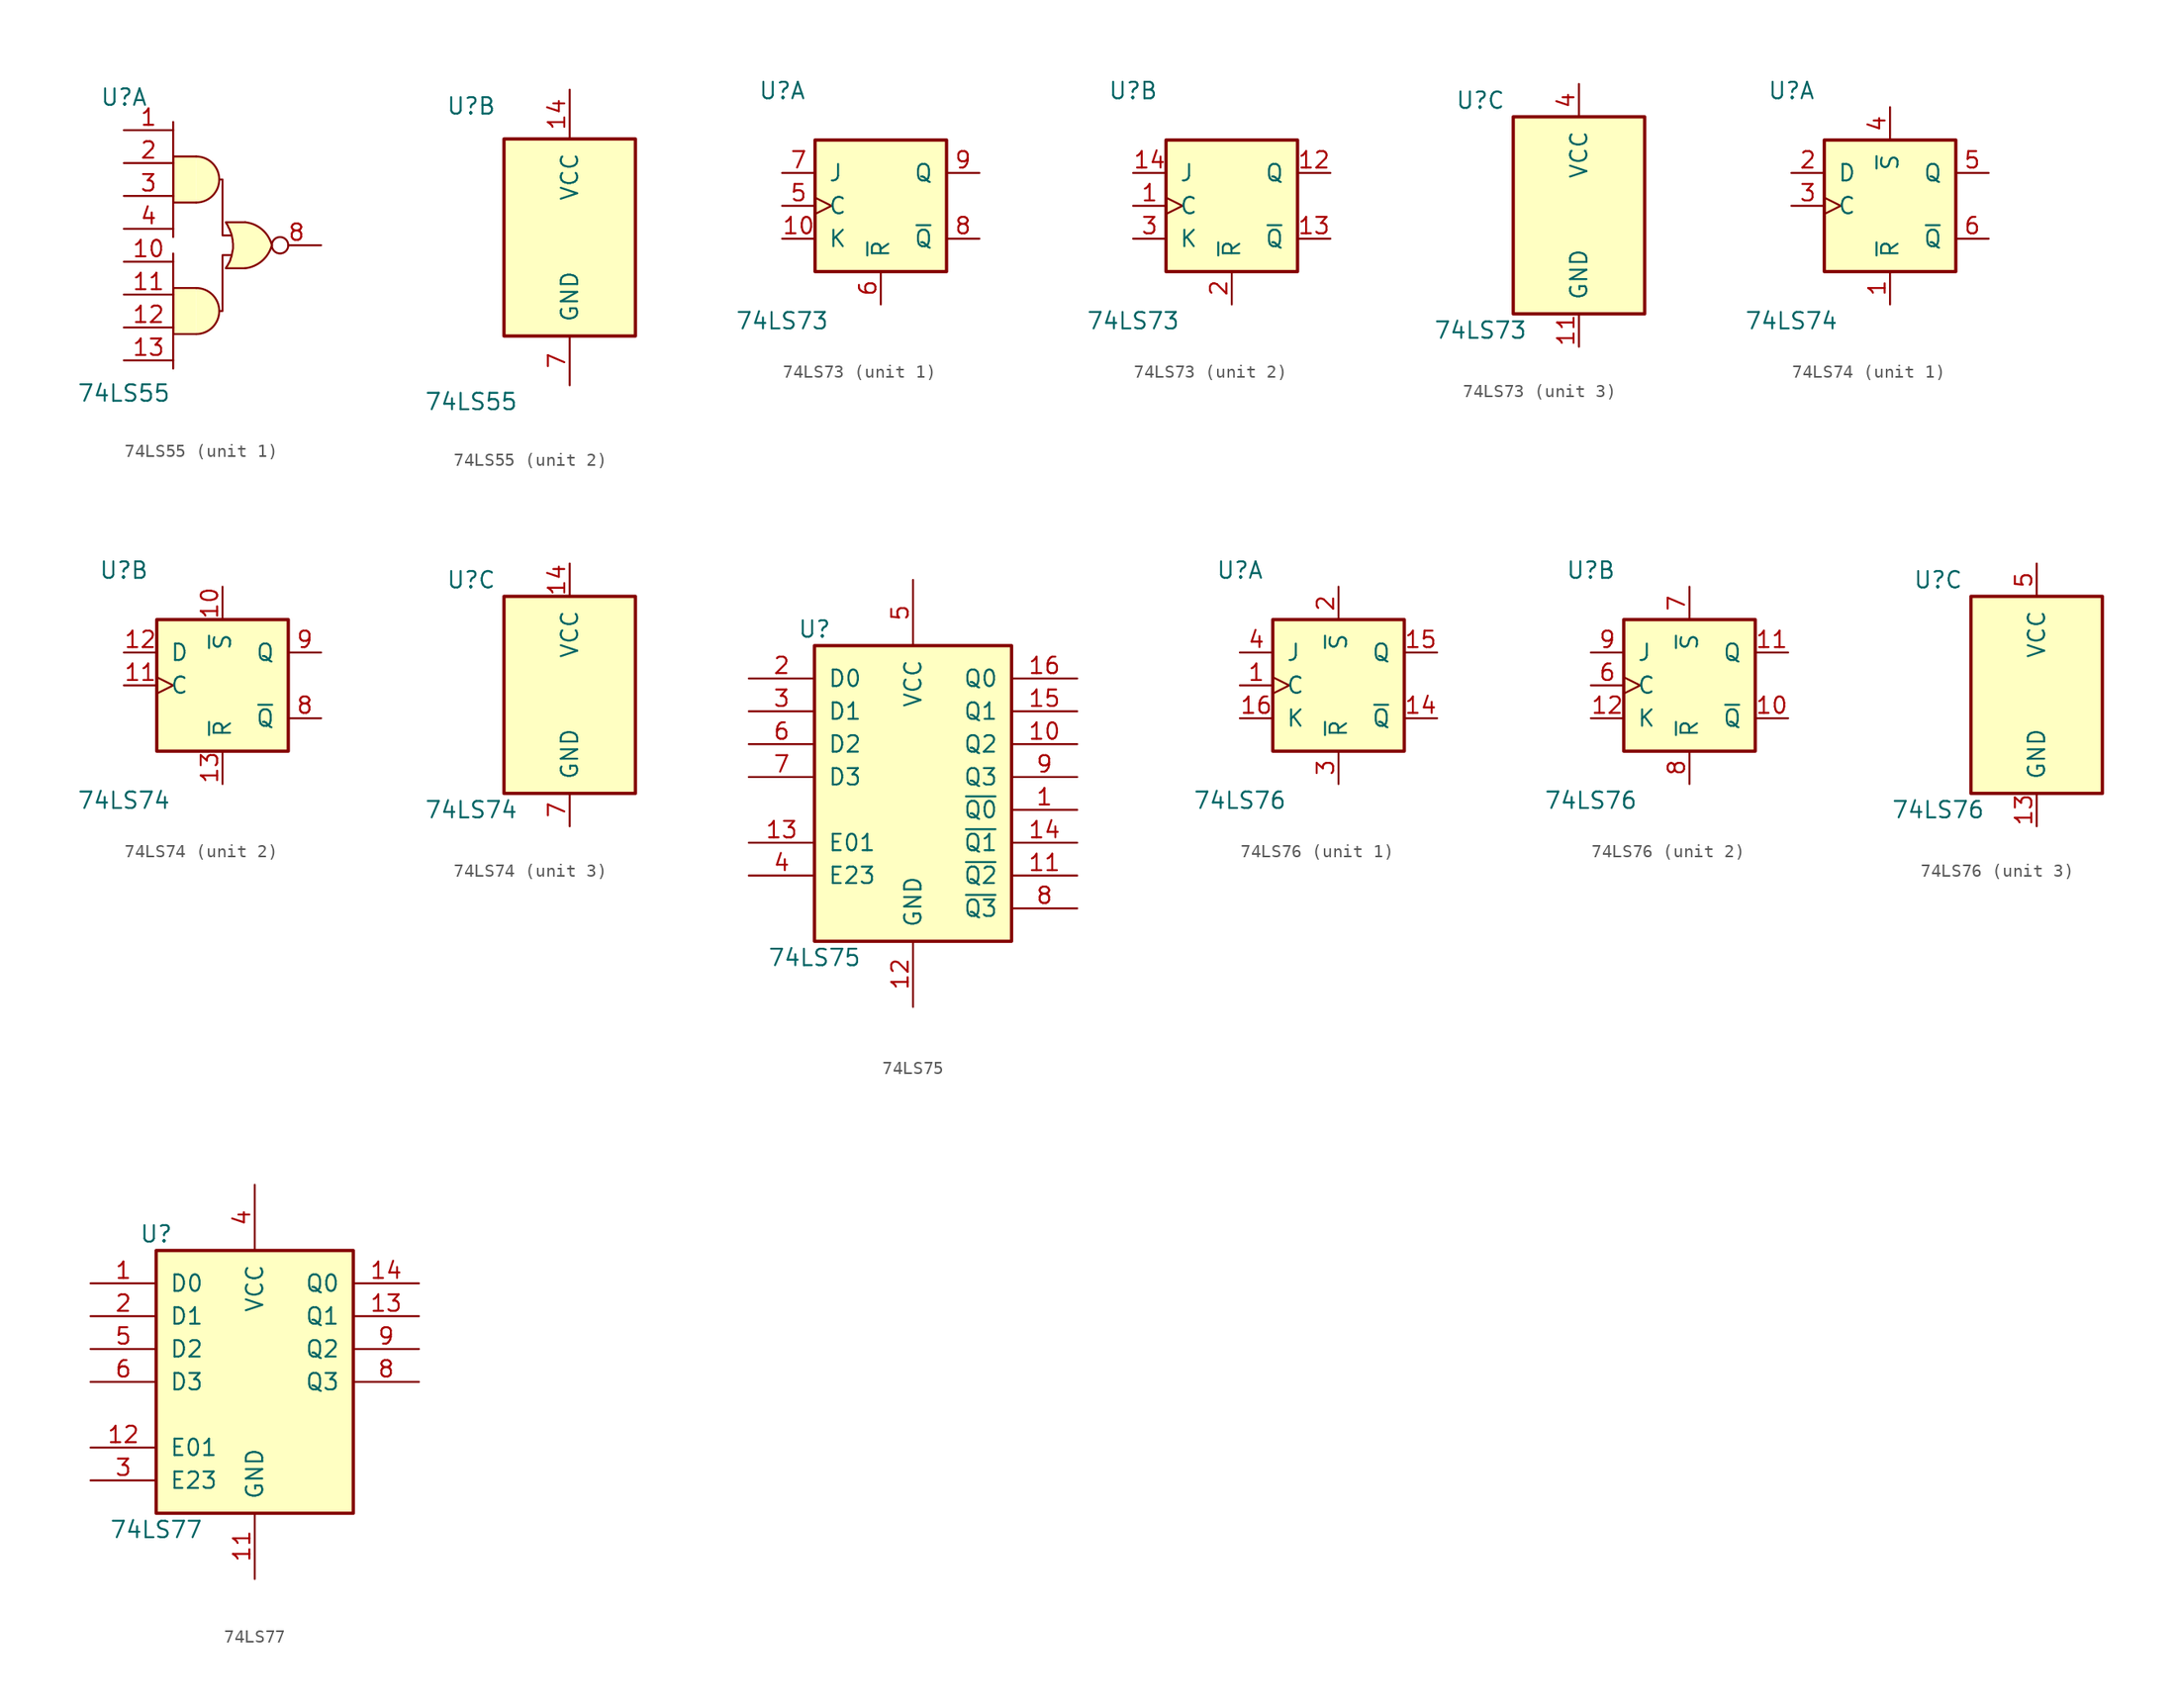
<source format=kicad_sym>
(kicad_symbol_lib
  (version 20241209)
  (generator "kicad_symbol_editor")
  (generator_version "9.0")
  (symbol "74LS55"
    (pin_names
      (offset 1.016))
    (property "Reference" "U"
      (at -7.62 10.16 0)
      (effects (font (size 1.27 1.27))))
    (property "Value" "74LS55"
      (at -7.62 -12.7 0)
      (effects (font (size 1.27 1.27))))
    (property "ki_locked" ""
      (at 0 0 0)
      (effects (font (size 1.27 1.27))))
    (symbol "74LS55_1_0"
      (polyline (pts (xy -3.81 8.255) (xy -3.81 -0.635)) (stroke (width 0) (type solid)) (fill (type none)))
      (polyline (pts (xy -3.81 -1.905) (xy -3.81 -10.795)) (stroke (width 0) (type solid)) (fill (type none)))
      (polyline (pts (xy -2.032 5.588) (xy -3.81 5.588) (xy -3.81 2.032) (xy -2.032 2.032)) (stroke (width 0) (type solid)) (fill (type background)))
      (arc (start -2.032 5.588) (mid -0.254 3.81) (end -2.032 2.032) (stroke (width 0) (type solid)) (fill (type background)))
      (polyline (pts (xy -2.032 -4.572) (xy -3.81 -4.572) (xy -3.81 -8.128) (xy -2.032 -8.128)) (stroke (width 0) (type solid)) (fill (type background)))
      (arc (start -2.032 -4.572) (mid -0.254 -6.35) (end -2.032 -8.128) (stroke (width 0) (type solid)) (fill (type background)))
      (polyline (pts (xy -0.254 3.81) (xy 0 3.81) (xy 0 -0.508) (xy 0.635 -0.508)) (stroke (width 0) (type solid)) (fill (type none)))
      (polyline (pts (xy 0.635 -2.032) (xy 0 -2.032) (xy 0 -6.35) (xy -0.254 -6.35)) (stroke (width 0) (type solid)) (fill (type none)))
      (arc (start 3.81 -1.27) (mid 3.0558 -2.4741) (end 1.7526 -3.048) (stroke (width 0.1524) (type solid)) (fill (type background)))
      (arc (start 1.7526 0.508) (mid 3.0627 -0.0579) (end 3.81 -1.27) (stroke (width 0.1524) (type solid)) (fill (type background)))
      (polyline (pts (xy 1.753 0.508) (xy 0.254 0.508) (xy 0.254 0.508) (xy 0.305 0.406) (xy 0.381 0.305) (xy 0.432 0.178) (xy 0.483 0.076) (xy 0.559 -0.051) (xy 0.584 -0.152) (xy 0.635 -0.279) (xy 0.686 -0.406) (xy 0.711 -0.508) (xy 0.737 -0.635) (xy 0.762 -0.762) (xy 0.787 -0.889) (xy 0.787 -1.016) (xy 0.813 -1.143) (xy 0.813 -1.27) (xy 0.813 -1.397) (xy 0.813 -1.524) (xy 0.787 -1.651) (xy 0.762 -1.778) (xy 0.737 -1.905) (xy 0.711 -2.032) (xy 0.686 -2.159) (xy 0.635 -2.261) (xy 0.61 -2.388) (xy 0.559 -2.515) (xy 0.508 -2.616) (xy 0.432 -2.743) (xy 0.381 -2.845) (xy 0.305 -2.946) (xy 0.254 -3.048) (xy 0.254 -3.048) (xy 1.753 -3.048)) (stroke (width 0.152) (type solid)) (fill (type background)))
      (pin input line (at -7.62 7.62 0) (length 3.81) (name "~" (effects (font (size 1.27 1.27)))) (number "1" (effects (font (size 1.27 1.27)))))
      (pin input line (at -7.62 5.08 0) (length 3.81) (name "~" (effects (font (size 1.27 1.27)))) (number "2" (effects (font (size 1.27 1.27)))))
      (pin input line (at -7.62 2.54 0) (length 3.81) (name "~" (effects (font (size 1.27 1.27)))) (number "3" (effects (font (size 1.27 1.27)))))
      (pin input line (at -7.62 0 0) (length 3.81) (name "~" (effects (font (size 1.27 1.27)))) (number "4" (effects (font (size 1.27 1.27)))))
      (pin input line (at -7.62 -2.54 0) (length 3.81) (name "~" (effects (font (size 1.27 1.27)))) (number "10" (effects (font (size 1.27 1.27)))))
      (pin input line (at -7.62 -5.08 0) (length 3.81) (name "~" (effects (font (size 1.27 1.27)))) (number "11" (effects (font (size 1.27 1.27)))))
      (pin input line (at -7.62 -7.62 0) (length 3.81) (name "~" (effects (font (size 1.27 1.27)))) (number "12" (effects (font (size 1.27 1.27)))))
      (pin input line (at -7.62 -10.16 0) (length 3.81) (name "~" (effects (font (size 1.27 1.27)))) (number "13" (effects (font (size 1.27 1.27)))))
      (pin output inverted (at 7.62 -1.27 180) (length 3.81) (name "~" (effects (font (size 1.27 1.27)))) (number "8" (effects (font (size 1.27 1.27))))))
    (symbol "74LS55_2_0"
      (pin power_in line (at 0 11.43 270) (length 3.81) (name "VCC" (effects (font (size 1.27 1.27)))) (number "14" (effects (font (size 1.27 1.27)))))
      (pin power_in line (at 0 -11.43 90) (length 3.81) (name "GND" (effects (font (size 1.27 1.27)))) (number "7" (effects (font (size 1.27 1.27))))))
    (symbol "74LS55_2_1"
      (rectangle (start -5.08 7.62) (end 5.08 -7.62) (stroke (width 0.254) (type solid)) (fill (type background)))))
  (symbol "74LS73"
    (pin_names
      (offset 1.016))
    (property "Reference" "U"
      (at -7.62 8.89 0)
      (effects (font (size 1.27 1.27))))
    (property "Value" "74LS73"
      (at -7.62 -8.89 0)
      (effects (font (size 1.27 1.27))))
    (property "ki_locked" ""
      (at 0 0 0)
      (effects (font (size 1.27 1.27))))
    (symbol "74LS73_1_0"
      (pin input line (at -7.62 2.54 0) (length 2.54) (name "J" (effects (font (size 1.27 1.27)))) (number "7" (effects (font (size 1.27 1.27)))))
      (pin input clock (at -7.62 0 0) (length 2.54) (name "C" (effects (font (size 1.27 1.27)))) (number "5" (effects (font (size 1.27 1.27)))))
      (pin input line (at -7.62 -2.54 0) (length 2.54) (name "K" (effects (font (size 1.27 1.27)))) (number "10" (effects (font (size 1.27 1.27)))))
      (pin input line (at 0 -7.62 90) (length 2.54) (name "~{R}" (effects (font (size 1.27 1.27)))) (number "6" (effects (font (size 1.27 1.27)))))
      (pin output line (at 7.62 2.54 180) (length 2.54) (name "Q" (effects (font (size 1.27 1.27)))) (number "9" (effects (font (size 1.27 1.27)))))
      (pin output line (at 7.62 -2.54 180) (length 2.54) (name "~{Q}" (effects (font (size 1.27 1.27)))) (number "8" (effects (font (size 1.27 1.27))))))
    (symbol "74LS73_1_1"
      (rectangle (start -5.08 5.08) (end 5.08 -5.08) (stroke (width 0.254) (type solid)) (fill (type background))))
    (symbol "74LS73_2_0"
      (pin input line (at -7.62 2.54 0) (length 2.54) (name "J" (effects (font (size 1.27 1.27)))) (number "14" (effects (font (size 1.27 1.27)))))
      (pin input clock (at -7.62 0 0) (length 2.54) (name "C" (effects (font (size 1.27 1.27)))) (number "1" (effects (font (size 1.27 1.27)))))
      (pin input line (at -7.62 -2.54 0) (length 2.54) (name "K" (effects (font (size 1.27 1.27)))) (number "3" (effects (font (size 1.27 1.27)))))
      (pin input line (at 0 -7.62 90) (length 2.54) (name "~{R}" (effects (font (size 1.27 1.27)))) (number "2" (effects (font (size 1.27 1.27)))))
      (pin output line (at 7.62 2.54 180) (length 2.54) (name "Q" (effects (font (size 1.27 1.27)))) (number "12" (effects (font (size 1.27 1.27)))))
      (pin output line (at 7.62 -2.54 180) (length 2.54) (name "~{Q}" (effects (font (size 1.27 1.27)))) (number "13" (effects (font (size 1.27 1.27))))))
    (symbol "74LS73_2_1"
      (rectangle (start -5.08 5.08) (end 5.08 -5.08) (stroke (width 0.254) (type solid)) (fill (type background))))
    (symbol "74LS73_3_0"
      (pin power_in line (at 0 10.16 270) (length 2.54) (name "VCC" (effects (font (size 1.27 1.27)))) (number "4" (effects (font (size 1.27 1.27)))))
      (pin power_in line (at 0 -10.16 90) (length 2.54) (name "GND" (effects (font (size 1.27 1.27)))) (number "11" (effects (font (size 1.27 1.27))))))
    (symbol "74LS73_3_1"
      (rectangle (start -5.08 7.62) (end 5.08 -7.62) (stroke (width 0.254) (type solid)) (fill (type background)))))
  (symbol "74LS74"
    (pin_names
      (offset 1.016))
    (property "Reference" "U"
      (at -7.62 8.89 0)
      (effects (font (size 1.27 1.27))))
    (property "Value" "74LS74"
      (at -7.62 -8.89 0)
      (effects (font (size 1.27 1.27))))
    (property "ki_locked" ""
      (at 0 0 0)
      (effects (font (size 1.27 1.27))))
    (symbol "74LS74_1_0"
      (pin input line (at -7.62 2.54 0) (length 2.54) (name "D" (effects (font (size 1.27 1.27)))) (number "2" (effects (font (size 1.27 1.27)))))
      (pin input clock (at -7.62 0 0) (length 2.54) (name "C" (effects (font (size 1.27 1.27)))) (number "3" (effects (font (size 1.27 1.27)))))
      (pin input line (at 0 7.62 270) (length 2.54) (name "~{S}" (effects (font (size 1.27 1.27)))) (number "4" (effects (font (size 1.27 1.27)))))
      (pin input line (at 0 -7.62 90) (length 2.54) (name "~{R}" (effects (font (size 1.27 1.27)))) (number "1" (effects (font (size 1.27 1.27)))))
      (pin output line (at 7.62 2.54 180) (length 2.54) (name "Q" (effects (font (size 1.27 1.27)))) (number "5" (effects (font (size 1.27 1.27)))))
      (pin output line (at 7.62 -2.54 180) (length 2.54) (name "~{Q}" (effects (font (size 1.27 1.27)))) (number "6" (effects (font (size 1.27 1.27))))))
    (symbol "74LS74_1_1"
      (rectangle (start -5.08 5.08) (end 5.08 -5.08) (stroke (width 0.254) (type solid)) (fill (type background))))
    (symbol "74LS74_2_0"
      (pin input line (at -7.62 2.54 0) (length 2.54) (name "D" (effects (font (size 1.27 1.27)))) (number "12" (effects (font (size 1.27 1.27)))))
      (pin input clock (at -7.62 0 0) (length 2.54) (name "C" (effects (font (size 1.27 1.27)))) (number "11" (effects (font (size 1.27 1.27)))))
      (pin input line (at 0 7.62 270) (length 2.54) (name "~{S}" (effects (font (size 1.27 1.27)))) (number "10" (effects (font (size 1.27 1.27)))))
      (pin input line (at 0 -7.62 90) (length 2.54) (name "~{R}" (effects (font (size 1.27 1.27)))) (number "13" (effects (font (size 1.27 1.27)))))
      (pin output line (at 7.62 2.54 180) (length 2.54) (name "Q" (effects (font (size 1.27 1.27)))) (number "9" (effects (font (size 1.27 1.27)))))
      (pin output line (at 7.62 -2.54 180) (length 2.54) (name "~{Q}" (effects (font (size 1.27 1.27)))) (number "8" (effects (font (size 1.27 1.27))))))
    (symbol "74LS74_2_1"
      (rectangle (start -5.08 5.08) (end 5.08 -5.08) (stroke (width 0.254) (type solid)) (fill (type background))))
    (symbol "74LS74_3_0"
      (pin power_in line (at 0 10.16 270) (length 2.54) (name "VCC" (effects (font (size 1.27 1.27)))) (number "14" (effects (font (size 1.27 1.27)))))
      (pin power_in line (at 0 -10.16 90) (length 2.54) (name "GND" (effects (font (size 1.27 1.27)))) (number "7" (effects (font (size 1.27 1.27))))))
    (symbol "74LS74_3_1"
      (rectangle (start -5.08 7.62) (end 5.08 -7.62) (stroke (width 0.254) (type solid)) (fill (type background)))))
  (symbol "74LS75"
    (pin_names
      (offset 1.016))
    (property "Reference" "U"
      (at -7.62 11.43 0)
      (effects (font (size 1.27 1.27))))
    (property "Value" "74LS75"
      (at -7.62 -13.97 0)
      (effects (font (size 1.27 1.27))))
    (property "ki_locked" ""
      (at 0 0 0)
      (effects (font (size 1.27 1.27))))
    (symbol "74LS75_1_0"
      (pin input line (at -12.7 7.62 0) (length 5.08) (name "D0" (effects (font (size 1.27 1.27)))) (number "2" (effects (font (size 1.27 1.27)))))
      (pin input line (at -12.7 5.08 0) (length 5.08) (name "D1" (effects (font (size 1.27 1.27)))) (number "3" (effects (font (size 1.27 1.27)))))
      (pin input line (at -12.7 2.54 0) (length 5.08) (name "D2" (effects (font (size 1.27 1.27)))) (number "6" (effects (font (size 1.27 1.27)))))
      (pin input line (at -12.7 0 0) (length 5.08) (name "D3" (effects (font (size 1.27 1.27)))) (number "7" (effects (font (size 1.27 1.27)))))
      (pin input line (at -12.7 -5.08 0) (length 5.08) (name "E01" (effects (font (size 1.27 1.27)))) (number "13" (effects (font (size 1.27 1.27)))))
      (pin input line (at -12.7 -7.62 0) (length 5.08) (name "E23" (effects (font (size 1.27 1.27)))) (number "4" (effects (font (size 1.27 1.27)))))
      (pin power_in line (at 0 15.24 270) (length 5.08) (name "VCC" (effects (font (size 1.27 1.27)))) (number "5" (effects (font (size 1.27 1.27)))))
      (pin power_in line (at 0 -17.78 90) (length 5.08) (name "GND" (effects (font (size 1.27 1.27)))) (number "12" (effects (font (size 1.27 1.27)))))
      (pin output line (at 12.7 7.62 180) (length 5.08) (name "Q0" (effects (font (size 1.27 1.27)))) (number "16" (effects (font (size 1.27 1.27)))))
      (pin output line (at 12.7 5.08 180) (length 5.08) (name "Q1" (effects (font (size 1.27 1.27)))) (number "15" (effects (font (size 1.27 1.27)))))
      (pin output line (at 12.7 2.54 180) (length 5.08) (name "Q2" (effects (font (size 1.27 1.27)))) (number "10" (effects (font (size 1.27 1.27)))))
      (pin output line (at 12.7 0 180) (length 5.08) (name "Q3" (effects (font (size 1.27 1.27)))) (number "9" (effects (font (size 1.27 1.27)))))
      (pin output line (at 12.7 -2.54 180) (length 5.08) (name "~{Q0}" (effects (font (size 1.27 1.27)))) (number "1" (effects (font (size 1.27 1.27)))))
      (pin output line (at 12.7 -5.08 180) (length 5.08) (name "~{Q1}" (effects (font (size 1.27 1.27)))) (number "14" (effects (font (size 1.27 1.27)))))
      (pin output line (at 12.7 -7.62 180) (length 5.08) (name "~{Q2}" (effects (font (size 1.27 1.27)))) (number "11" (effects (font (size 1.27 1.27)))))
      (pin output line (at 12.7 -10.16 180) (length 5.08) (name "~{Q3}" (effects (font (size 1.27 1.27)))) (number "8" (effects (font (size 1.27 1.27))))))
    (symbol "74LS75_1_1"
      (rectangle (start -7.62 10.16) (end 7.62 -12.7) (stroke (width 0.254) (type solid)) (fill (type background)))))
  (symbol "74LS76"
    (pin_names
      (offset 1.016))
    (property "Reference" "U"
      (at -7.62 8.89 0)
      (effects (font (size 1.27 1.27))))
    (property "Value" "74LS76"
      (at -7.62 -8.89 0)
      (effects (font (size 1.27 1.27))))
    (property "ki_locked" ""
      (at 0 0 0)
      (effects (font (size 1.27 1.27))))
    (symbol "74LS76_1_0"
      (pin input line (at -7.62 2.54 0) (length 2.54) (name "J" (effects (font (size 1.27 1.27)))) (number "4" (effects (font (size 1.27 1.27)))))
      (pin input clock (at -7.62 0 0) (length 2.54) (name "C" (effects (font (size 1.27 1.27)))) (number "1" (effects (font (size 1.27 1.27)))))
      (pin input line (at -7.62 -2.54 0) (length 2.54) (name "K" (effects (font (size 1.27 1.27)))) (number "16" (effects (font (size 1.27 1.27)))))
      (pin input line (at 0 7.62 270) (length 2.54) (name "~{S}" (effects (font (size 1.27 1.27)))) (number "2" (effects (font (size 1.27 1.27)))))
      (pin input line (at 0 -7.62 90) (length 2.54) (name "~{R}" (effects (font (size 1.27 1.27)))) (number "3" (effects (font (size 1.27 1.27)))))
      (pin output line (at 7.62 2.54 180) (length 2.54) (name "Q" (effects (font (size 1.27 1.27)))) (number "15" (effects (font (size 1.27 1.27)))))
      (pin output line (at 7.62 -2.54 180) (length 2.54) (name "~{Q}" (effects (font (size 1.27 1.27)))) (number "14" (effects (font (size 1.27 1.27))))))
    (symbol "74LS76_1_1"
      (rectangle (start -5.08 5.08) (end 5.08 -5.08) (stroke (width 0.254) (type solid)) (fill (type background))))
    (symbol "74LS76_2_0"
      (pin input line (at -7.62 2.54 0) (length 2.54) (name "J" (effects (font (size 1.27 1.27)))) (number "9" (effects (font (size 1.27 1.27)))))
      (pin input clock (at -7.62 0 0) (length 2.54) (name "C" (effects (font (size 1.27 1.27)))) (number "6" (effects (font (size 1.27 1.27)))))
      (pin input line (at -7.62 -2.54 0) (length 2.54) (name "K" (effects (font (size 1.27 1.27)))) (number "12" (effects (font (size 1.27 1.27)))))
      (pin input line (at 0 7.62 270) (length 2.54) (name "~{S}" (effects (font (size 1.27 1.27)))) (number "7" (effects (font (size 1.27 1.27)))))
      (pin input line (at 0 -7.62 90) (length 2.54) (name "~{R}" (effects (font (size 1.27 1.27)))) (number "8" (effects (font (size 1.27 1.27)))))
      (pin output line (at 7.62 2.54 180) (length 2.54) (name "Q" (effects (font (size 1.27 1.27)))) (number "11" (effects (font (size 1.27 1.27)))))
      (pin output line (at 7.62 -2.54 180) (length 2.54) (name "~{Q}" (effects (font (size 1.27 1.27)))) (number "10" (effects (font (size 1.27 1.27))))))
    (symbol "74LS76_2_1"
      (rectangle (start -5.08 5.08) (end 5.08 -5.08) (stroke (width 0.254) (type solid)) (fill (type background))))
    (symbol "74LS76_3_0"
      (pin power_in line (at 0 10.16 270) (length 2.54) (name "VCC" (effects (font (size 1.27 1.27)))) (number "5" (effects (font (size 1.27 1.27)))))
      (pin power_in line (at 0 -10.16 90) (length 2.54) (name "GND" (effects (font (size 1.27 1.27)))) (number "13" (effects (font (size 1.27 1.27))))))
    (symbol "74LS76_3_1"
      (rectangle (start -5.08 7.62) (end 5.08 -7.62) (stroke (width 0.254) (type solid)) (fill (type background)))))
  (symbol "74LS77"
    (pin_names
      (offset 1.016))
    (property "Reference" "U"
      (at -7.62 11.43 0)
      (effects (font (size 1.27 1.27))))
    (property "Value" "74LS77"
      (at -7.62 -11.43 0)
      (effects (font (size 1.27 1.27))))
    (property "ki_locked" ""
      (at 0 0 0)
      (effects (font (size 1.27 1.27))))
    (symbol "74LS77_1_0"
      (pin input line (at -12.7 7.62 0) (length 5.08) (name "D0" (effects (font (size 1.27 1.27)))) (number "1" (effects (font (size 1.27 1.27)))))
      (pin input line (at -12.7 5.08 0) (length 5.08) (name "D1" (effects (font (size 1.27 1.27)))) (number "2" (effects (font (size 1.27 1.27)))))
      (pin input line (at -12.7 2.54 0) (length 5.08) (name "D2" (effects (font (size 1.27 1.27)))) (number "5" (effects (font (size 1.27 1.27)))))
      (pin input line (at -12.7 0 0) (length 5.08) (name "D3" (effects (font (size 1.27 1.27)))) (number "6" (effects (font (size 1.27 1.27)))))
      (pin input line (at -12.7 -5.08 0) (length 5.08) (name "E01" (effects (font (size 1.27 1.27)))) (number "12" (effects (font (size 1.27 1.27)))))
      (pin input line (at -12.7 -7.62 0) (length 5.08) (name "E23" (effects (font (size 1.27 1.27)))) (number "3" (effects (font (size 1.27 1.27)))))
      (pin power_in line (at 0 15.24 270) (length 5.08) (name "VCC" (effects (font (size 1.27 1.27)))) (number "4" (effects (font (size 1.27 1.27)))))
      (pin power_in line (at 0 -15.24 90) (length 5.08) (name "GND" (effects (font (size 1.27 1.27)))) (number "11" (effects (font (size 1.27 1.27)))))
      (pin output line (at 12.7 7.62 180) (length 5.08) (name "Q0" (effects (font (size 1.27 1.27)))) (number "14" (effects (font (size 1.27 1.27)))))
      (pin output line (at 12.7 5.08 180) (length 5.08) (name "Q1" (effects (font (size 1.27 1.27)))) (number "13" (effects (font (size 1.27 1.27)))))
      (pin output line (at 12.7 2.54 180) (length 5.08) (name "Q2" (effects (font (size 1.27 1.27)))) (number "9" (effects (font (size 1.27 1.27)))))
      (pin output line (at 12.7 0 180) (length 5.08) (name "Q3" (effects (font (size 1.27 1.27)))) (number "8" (effects (font (size 1.27 1.27))))))
    (symbol "74LS77_1_1"
      (rectangle (start -7.62 10.16) (end 7.62 -10.16) (stroke (width 0.254) (type solid)) (fill (type background))))))
</source>
